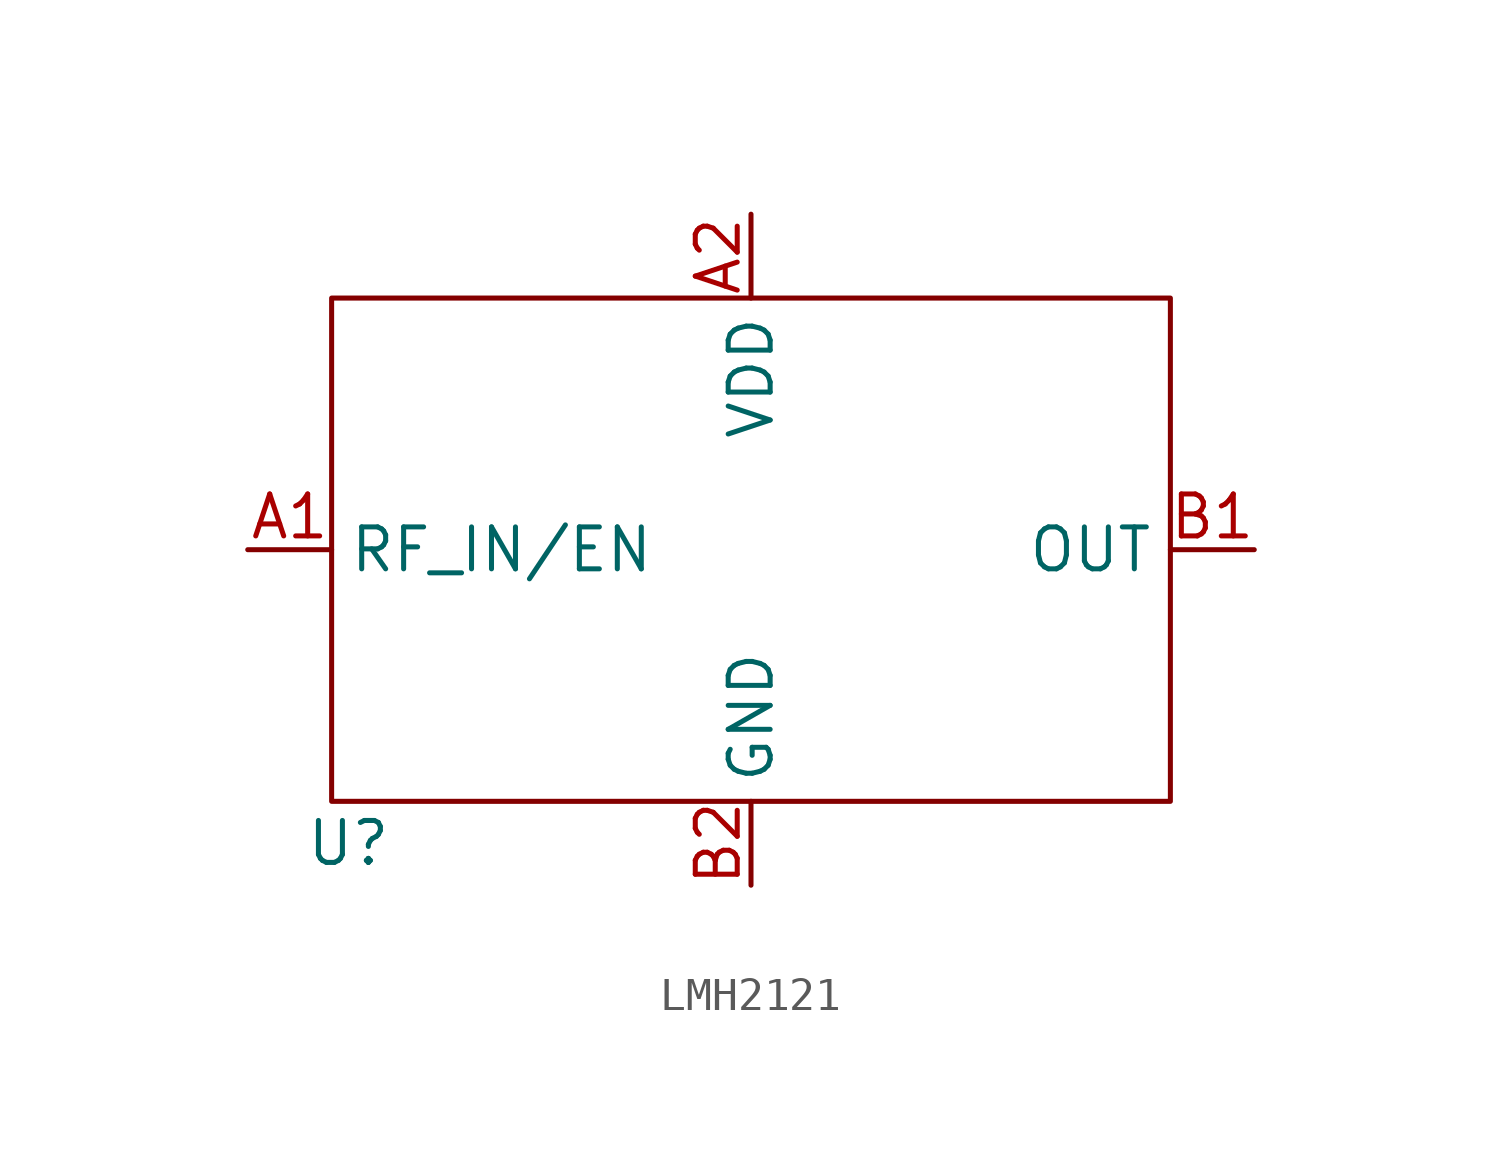
<source format=kicad_sym>
(kicad_symbol_lib
  (version 20231120)
  (generator "kicad_symbol_editor")
  (generator_version "8.0")
  (symbol "LMH2121"
    (property "Reference" "U"
      (at -12.192 -8.89 0)
      (effects (font (size 1.27 1.27))))
    (property "Value" ""
      (at -8.89 0 0)
      (effects (font (size 1.27 1.27))))
    (symbol "LMH2121_0_1"
      (rectangle (start -12.7 7.62) (end 12.7 -7.62) (stroke (width 0) (type default)) (fill (type none))))
    (symbol "LMH2121_1_1"
      (pin input line (at -15.24 0 0) (length 2.54) (name "RF_IN/EN" (effects (font (size 1.27 1.27)))) (number "A1" (effects (font (size 1.27 1.27)))))
      (pin power_in line (at 0 10.16 270) (length 2.54) (name "VDD" (effects (font (size 1.27 1.27)))) (number "A2" (effects (font (size 1.27 1.27)))))
      (pin output line (at 15.24 0 180) (length 2.54) (name "OUT" (effects (font (size 1.27 1.27)))) (number "B1" (effects (font (size 1.27 1.27)))))
      (pin power_in line (at 0 -10.16 90) (length 2.54) (name "GND" (effects (font (size 1.27 1.27)))) (number "B2" (effects (font (size 1.27 1.27))))))))
</source>
